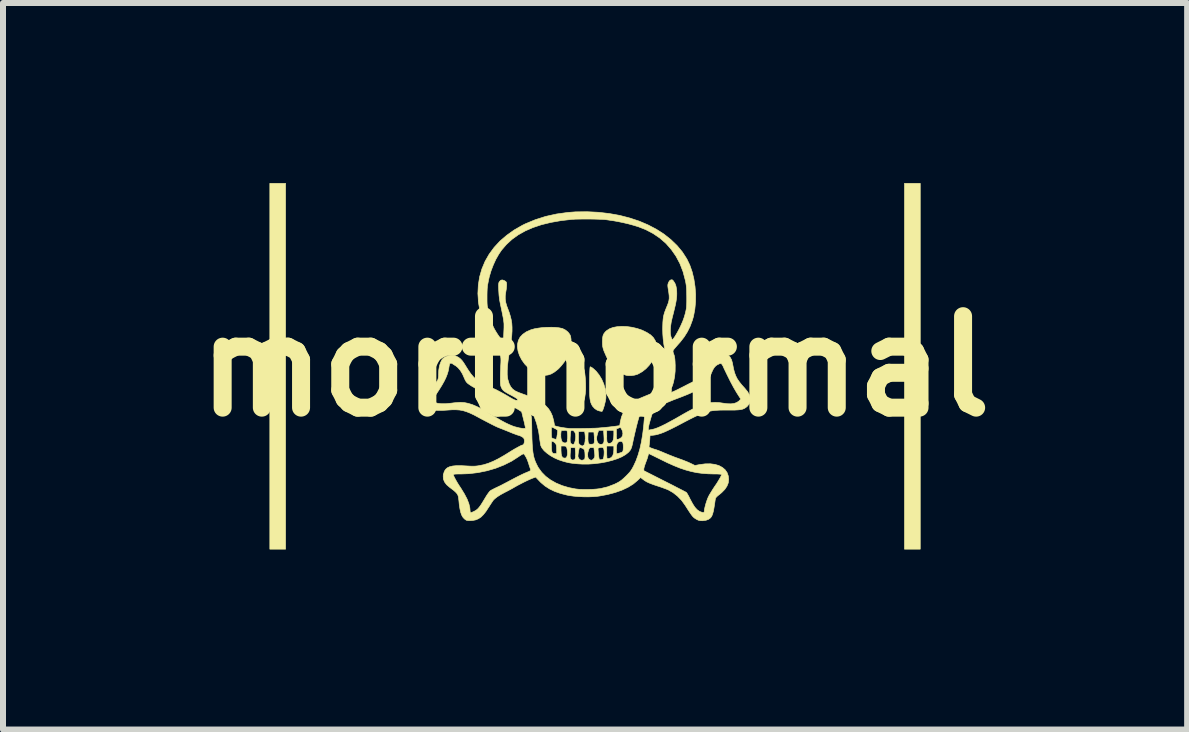
<source format=kicad_pcb>
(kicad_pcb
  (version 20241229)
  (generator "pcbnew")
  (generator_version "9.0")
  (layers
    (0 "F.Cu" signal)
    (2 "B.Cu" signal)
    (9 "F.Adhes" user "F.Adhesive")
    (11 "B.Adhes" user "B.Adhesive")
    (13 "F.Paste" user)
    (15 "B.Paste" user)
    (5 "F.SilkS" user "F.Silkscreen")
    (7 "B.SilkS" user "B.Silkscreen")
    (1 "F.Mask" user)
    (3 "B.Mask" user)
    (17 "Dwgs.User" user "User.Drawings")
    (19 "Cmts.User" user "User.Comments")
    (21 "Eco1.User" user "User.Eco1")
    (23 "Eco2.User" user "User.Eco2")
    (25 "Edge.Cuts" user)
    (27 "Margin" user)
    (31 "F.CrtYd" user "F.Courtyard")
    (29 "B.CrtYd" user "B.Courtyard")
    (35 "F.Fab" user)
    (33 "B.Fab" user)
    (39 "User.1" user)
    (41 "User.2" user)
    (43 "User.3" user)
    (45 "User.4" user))
  (footprint "mortnormal"
    (layer "F.Cu")
    (at 6.865 3.053)
    (property "Reference" "mortnormal" (at 0 0 0) (layer "F.SilkS") (effects (font (size 1.524 1.524) (thickness 0.3))))
    (attr through_hole)
    (fp_poly (pts (xy -5.156 3.048) (xy -5.419 3.048) (xy -5.419 -3.048) (xy -5.156 -3.048) (xy -5.156 3.048)) (stroke (width 0.01) (type solid)) (fill yes) (layer "F.SilkS"))
    (fp_poly (pts (xy 5.419 3.048) (xy 5.156 3.048) (xy 5.156 -3.048) (xy 5.419 -3.048) (xy 5.419 3.048)) (stroke (width 0.01) (type solid)) (fill yes) (layer "F.SilkS"))
    (fp_poly (pts (xy -0.196 0.02) (xy -0.187 0.039) (xy -0.179 0.071) (xy -0.171 0.115) (xy -0.165 0.167) (xy -0.16 0.224) (xy -0.157 0.282) (xy -0.156 0.34) (xy -0.156 0.394) (xy -0.16 0.44) (xy -0.16 0.444) (xy -0.173 0.531) (xy -0.193 0.602) (xy -0.218 0.659) (xy -0.25 0.702) (xy -0.289 0.732) (xy -0.335 0.748) (xy -0.345 0.75) (xy -0.365 0.752) (xy -0.378 0.75) (xy -0.389 0.739) (xy -0.404 0.718) (xy -0.406 0.714) (xy -0.432 0.668) (xy -0.447 0.62) (xy -0.455 0.567) (xy -0.455 0.504) (xy -0.455 0.496) (xy -0.442 0.399) (xy -0.415 0.302) (xy -0.375 0.209) (xy -0.323 0.124) (xy -0.278 0.067) (xy -0.245 0.035) (xy -0.22 0.018) (xy -0.202 0.015) (xy -0.196 0.02)) (stroke (width 0.01) (type solid)) (fill yes) (layer "F.SilkS"))
    (fp_poly (pts (xy -0.068 0.013) (xy -0.048 0.025) (xy -0.037 0.032) (xy 0.018 0.082) (xy 0.068 0.145) (xy 0.111 0.216) (xy 0.145 0.294) (xy 0.169 0.374) (xy 0.182 0.454) (xy 0.181 0.529) (xy 0.179 0.543) (xy 0.173 0.58) (xy 0.163 0.62) (xy 0.153 0.66) (xy 0.141 0.697) (xy 0.131 0.726) (xy 0.121 0.746) (xy 0.115 0.753) (xy 0.101 0.75) (xy 0.079 0.746) (xy 0.074 0.745) (xy 0.034 0.731) (xy -0.006 0.704) (xy -0.038 0.669) (xy -0.047 0.656) (xy -0.06 0.631) (xy -0.071 0.604) (xy -0.079 0.574) (xy -0.085 0.537) (xy -0.089 0.493) (xy -0.091 0.438) (xy -0.092 0.372) (xy -0.092 0.291) (xy -0.092 0.252) (xy -0.091 0.173) (xy -0.089 0.11) (xy -0.087 0.063) (xy -0.085 0.031) (xy -0.082 0.013) (xy -0.08 0.008) (xy -0.068 0.013)) (stroke (width 0.01) (type solid)) (fill yes) (layer "F.SilkS"))
    (fp_poly (pts (xy 0.529 -0.662) (xy 0.614 -0.65) (xy 0.7 -0.63) (xy 0.783 -0.602) (xy 0.788 -0.6) (xy 0.865 -0.562) (xy 0.928 -0.521) (xy 0.974 -0.475) (xy 1.004 -0.425) (xy 1.008 -0.417) (xy 1.022 -0.355) (xy 1.022 -0.289) (xy 1.009 -0.219) (xy 0.984 -0.15) (xy 0.949 -0.082) (xy 0.904 -0.019) (xy 0.85 0.039) (xy 0.789 0.088) (xy 0.723 0.126) (xy 0.706 0.134) (xy 0.658 0.148) (xy 0.604 0.156) (xy 0.553 0.156) (xy 0.516 0.15) (xy 0.464 0.131) (xy 0.416 0.106) (xy 0.37 0.07) (xy 0.326 0.029) (xy 0.253 -0.057) (xy 0.193 -0.153) (xy 0.149 -0.254) (xy 0.136 -0.293) (xy 0.128 -0.326) (xy 0.124 -0.36) (xy 0.123 -0.403) (xy 0.123 -0.411) (xy 0.125 -0.465) (xy 0.132 -0.507) (xy 0.147 -0.542) (xy 0.17 -0.572) (xy 0.195 -0.595) (xy 0.242 -0.625) (xy 0.301 -0.647) (xy 0.371 -0.66) (xy 0.447 -0.665) (xy 0.529 -0.662)) (stroke (width 0.01) (type solid)) (fill yes) (layer "F.SilkS"))
    (fp_poly (pts (xy -0.659 -0.648) (xy -0.599 -0.641) (xy -0.55 -0.631) (xy -0.538 -0.627) (xy -0.49 -0.602) (xy -0.45 -0.569) (xy -0.421 -0.531) (xy -0.408 -0.502) (xy -0.4 -0.452) (xy -0.399 -0.392) (xy -0.407 -0.325) (xy -0.423 -0.257) (xy -0.445 -0.192) (xy -0.45 -0.181) (xy -0.478 -0.126) (xy -0.516 -0.067) (xy -0.56 -0.011) (xy -0.604 0.037) (xy -0.621 0.053) (xy -0.678 0.097) (xy -0.731 0.128) (xy -0.782 0.145) (xy -0.834 0.152) (xy -0.842 0.152) (xy -0.876 0.15) (xy -0.906 0.148) (xy -0.924 0.144) (xy -0.966 0.127) (xy -1.014 0.1) (xy -1.062 0.067) (xy -1.107 0.03) (xy -1.109 0.028) (xy -1.171 -0.037) (xy -1.221 -0.107) (xy -1.259 -0.18) (xy -1.283 -0.253) (xy -1.294 -0.324) (xy -1.292 -0.366) (xy -1.278 -0.429) (xy -1.249 -0.485) (xy -1.204 -0.533) (xy -1.145 -0.574) (xy -1.07 -0.607) (xy -1.061 -0.61) (xy -1.007 -0.625) (xy -0.943 -0.636) (xy -0.873 -0.645) (xy -0.799 -0.649) (xy -0.727 -0.65) (xy -0.659 -0.648)) (stroke (width 0.01) (type solid)) (fill yes) (layer "F.SilkS"))
    (fp_poly (pts (xy 0.055 -2.566) (xy 0.236 -2.545) (xy 0.41 -2.514) (xy 0.576 -2.471) (xy 0.734 -2.419) (xy 0.882 -2.356) (xy 1.02 -2.284) (xy 1.147 -2.203) (xy 1.262 -2.112) (xy 1.365 -2.013) (xy 1.454 -1.906) (xy 1.528 -1.791) (xy 1.531 -1.786) (xy 1.579 -1.686) (xy 1.618 -1.574) (xy 1.647 -1.454) (xy 1.666 -1.329) (xy 1.676 -1.201) (xy 1.675 -1.074) (xy 1.663 -0.95) (xy 1.641 -0.833) (xy 1.622 -0.767) (xy 1.584 -0.665) (xy 1.539 -0.574) (xy 1.485 -0.488) (xy 1.419 -0.403) (xy 1.384 -0.364) (xy 1.356 -0.332) (xy 1.331 -0.303) (xy 1.312 -0.28) (xy 1.303 -0.266) (xy 1.302 -0.265) (xy 1.299 -0.25) (xy 1.302 -0.229) (xy 1.313 -0.198) (xy 1.313 -0.198) (xy 1.321 -0.175) (xy 1.326 -0.15) (xy 1.33 -0.121) (xy 1.333 -0.083) (xy 1.335 -0.032) (xy 1.336 -0.02) (xy 1.335 0.081) (xy 1.326 0.173) (xy 1.308 0.261) (xy 1.29 0.324) (xy 1.271 0.361) (xy 1.237 0.399) (xy 1.19 0.437) (xy 1.134 0.473) (xy 1.07 0.506) (xy 1.014 0.528) (xy 0.982 0.542) (xy 0.963 0.554) (xy 0.958 0.561) (xy 0.962 0.572) (xy 0.978 0.575) (xy 1.004 0.571) (xy 1.038 0.56) (xy 1.078 0.543) (xy 1.12 0.521) (xy 1.164 0.495) (xy 1.174 0.489) (xy 1.209 0.467) (xy 1.246 0.447) (xy 1.277 0.433) (xy 1.279 0.432) (xy 1.304 0.422) (xy 1.339 0.406) (xy 1.381 0.386) (xy 1.426 0.363) (xy 1.444 0.354) (xy 1.493 0.329) (xy 1.543 0.303) (xy 1.591 0.279) (xy 1.63 0.26) (xy 1.638 0.256) (xy 1.673 0.238) (xy 1.702 0.222) (xy 1.723 0.21) (xy 1.73 0.205) (xy 1.739 0.192) (xy 1.754 0.168) (xy 1.772 0.134) (xy 1.791 0.095) (xy 1.796 0.085) (xy 1.819 0.04) (xy 1.837 0.006) (xy 1.854 -0.021) (xy 1.874 -0.045) (xy 1.899 -0.071) (xy 1.916 -0.088) (xy 1.967 -0.134) (xy 2.014 -0.167) (xy 2.059 -0.188) (xy 2.107 -0.199) (xy 2.134 -0.201) (xy 2.166 -0.202) (xy 2.189 -0.199) (xy 2.208 -0.191) (xy 2.218 -0.185) (xy 2.25 -0.153) (xy 2.275 -0.107) (xy 2.292 -0.045) (xy 2.294 -0.031) (xy 2.308 0.042) (xy 2.324 0.104) (xy 2.344 0.158) (xy 2.369 0.208) (xy 2.403 0.258) (xy 2.446 0.312) (xy 2.495 0.366) (xy 2.543 0.425) (xy 2.574 0.48) (xy 2.589 0.532) (xy 2.588 0.581) (xy 2.57 0.626) (xy 2.536 0.668) (xy 2.533 0.671) (xy 2.51 0.689) (xy 2.486 0.704) (xy 2.458 0.715) (xy 2.424 0.723) (xy 2.382 0.727) (xy 2.329 0.73) (xy 2.262 0.73) (xy 2.227 0.73) (xy 2.147 0.73) (xy 2.076 0.731) (xy 2.013 0.735) (xy 1.955 0.741) (xy 1.899 0.751) (xy 1.845 0.766) (xy 1.788 0.785) (xy 1.728 0.81) (xy 1.661 0.841) (xy 1.585 0.879) (xy 1.498 0.924) (xy 1.449 0.95) (xy 1.356 0.999) (xy 1.275 1.04) (xy 1.206 1.073) (xy 1.146 1.1) (xy 1.093 1.12) (xy 1.047 1.134) (xy 1.005 1.144) (xy 0.968 1.149) (xy 0.916 1.154) (xy 0.912 1.227) (xy 0.909 1.263) (xy 0.905 1.296) (xy 0.902 1.319) (xy 0.901 1.323) (xy 0.899 1.338) (xy 0.906 1.349) (xy 0.924 1.358) (xy 0.928 1.36) (xy 0.955 1.37) (xy 0.989 1.382) (xy 1.012 1.388) (xy 1.039 1.398) (xy 1.077 1.412) (xy 1.121 1.43) (xy 1.165 1.449) (xy 1.169 1.45) (xy 1.218 1.471) (xy 1.276 1.494) (xy 1.337 1.518) (xy 1.394 1.538) (xy 1.401 1.541) (xy 1.451 1.559) (xy 1.502 1.579) (xy 1.549 1.598) (xy 1.586 1.615) (xy 1.595 1.619) (xy 1.664 1.653) (xy 1.744 1.638) (xy 1.836 1.626) (xy 1.921 1.625) (xy 1.997 1.635) (xy 2.065 1.655) (xy 2.122 1.686) (xy 2.168 1.725) (xy 2.201 1.773) (xy 2.221 1.83) (xy 2.227 1.885) (xy 2.22 1.943) (xy 2.198 1.998) (xy 2.162 2.052) (xy 2.11 2.105) (xy 2.078 2.132) (xy 2.046 2.157) (xy 2.025 2.176) (xy 2.013 2.191) (xy 2.006 2.205) (xy 2.003 2.222) (xy 2.003 2.222) (xy 1.992 2.298) (xy 1.982 2.36) (xy 1.973 2.41) (xy 1.963 2.448) (xy 1.953 2.478) (xy 1.942 2.502) (xy 1.928 2.521) (xy 1.924 2.526) (xy 1.892 2.55) (xy 1.849 2.566) (xy 1.798 2.573) (xy 1.786 2.574) (xy 1.751 2.572) (xy 1.723 2.566) (xy 1.695 2.553) (xy 1.689 2.549) (xy 1.67 2.538) (xy 1.654 2.527) (xy 1.639 2.514) (xy 1.623 2.497) (xy 1.606 2.475) (xy 1.585 2.445) (xy 1.559 2.406) (xy 1.527 2.356) (xy 1.5 2.314) (xy 1.442 2.234) (xy 1.374 2.164) (xy 1.299 2.105) (xy 1.226 2.063) (xy 1.194 2.049) (xy 1.151 2.033) (xy 1.102 2.015) (xy 1.054 1.999) (xy 1.05 1.998) (xy 0.975 1.973) (xy 0.914 1.95) (xy 0.865 1.928) (xy 0.825 1.904) (xy 0.797 1.883) (xy 0.759 1.853) (xy 0.712 1.899) (xy 0.638 1.961) (xy 0.55 2.016) (xy 0.448 2.064) (xy 0.334 2.104) (xy 0.209 2.137) (xy 0.074 2.162) (xy 0.031 2.168) (xy -0.035 2.173) (xy -0.112 2.176) (xy -0.195 2.175) (xy -0.278 2.171) (xy -0.358 2.164) (xy -0.429 2.154) (xy -0.466 2.147) (xy -0.576 2.119) (xy -0.673 2.085) (xy -0.758 2.044) (xy -0.834 1.995) (xy -0.903 1.937) (xy -0.93 1.909) (xy -0.99 1.846) (xy -1.043 1.866) (xy -1.082 1.882) (xy -1.13 1.904) (xy -1.184 1.93) (xy -1.24 1.959) (xy -1.294 1.987) (xy -1.34 2.013) (xy -1.35 2.019) (xy -1.383 2.038) (xy -1.426 2.061) (xy -1.471 2.085) (xy -1.499 2.099) (xy -1.571 2.138) (xy -1.628 2.174) (xy -1.67 2.207) (xy -1.693 2.229) (xy -1.705 2.246) (xy -1.724 2.274) (xy -1.747 2.309) (xy -1.771 2.347) (xy -1.774 2.351) (xy -1.818 2.419) (xy -1.86 2.472) (xy -1.9 2.512) (xy -1.942 2.54) (xy -1.986 2.559) (xy -2.036 2.569) (xy -2.066 2.571) (xy -2.104 2.572) (xy -2.133 2.569) (xy -2.146 2.565) (xy -2.177 2.543) (xy -2.202 2.515) (xy -2.222 2.48) (xy -2.238 2.435) (xy -2.251 2.378) (xy -2.262 2.308) (xy -2.268 2.245) (xy -2.273 2.204) (xy -2.278 2.171) (xy -2.287 2.144) (xy -2.302 2.12) (xy -2.323 2.097) (xy -2.353 2.07) (xy -2.394 2.039) (xy -2.424 2.016) (xy -2.474 1.973) (xy -2.508 1.927) (xy -2.527 1.879) (xy -2.53 1.827) (xy -2.526 1.806) (xy -2.362 1.806) (xy -2.357 1.822) (xy -2.344 1.85) (xy -2.324 1.888) (xy -2.298 1.934) (xy -2.267 1.984) (xy -2.235 2.032) (xy -2.177 2.127) (xy -2.132 2.213) (xy -2.102 2.291) (xy -2.086 2.359) (xy -2.083 2.397) (xy -2.081 2.422) (xy -2.075 2.435) (xy -2.061 2.437) (xy -2.038 2.428) (xy -2.016 2.418) (xy -1.991 2.404) (xy -1.969 2.389) (xy -1.948 2.37) (xy -1.928 2.346) (xy -1.905 2.315) (xy -1.878 2.273) (xy -1.846 2.22) (xy -1.828 2.19) (xy -1.805 2.152) (xy -1.782 2.119) (xy -1.762 2.092) (xy -1.748 2.077) (xy -1.73 2.065) (xy -1.7 2.049) (xy -1.665 2.031) (xy -1.643 2.021) (xy -1.61 2.005) (xy -1.566 1.984) (xy -1.515 1.957) (xy -1.461 1.929) (xy -1.407 1.9) (xy -1.401 1.897) (xy -1.348 1.869) (xy -1.294 1.841) (xy -1.244 1.816) (xy -1.2 1.795) (xy -1.168 1.78) (xy -1.164 1.779) (xy -1.124 1.762) (xy -1.097 1.751) (xy -1.081 1.741) (xy -1.074 1.731) (xy -1.075 1.719) (xy -1.08 1.703) (xy -1.084 1.691) (xy -1.096 1.656) (xy -1.108 1.616) (xy -1.114 1.599) (xy -1.126 1.565) (xy -1.142 1.529) (xy -1.159 1.498) (xy -1.175 1.473) (xy -1.189 1.46) (xy -1.19 1.459) (xy -1.202 1.462) (xy -1.225 1.474) (xy -1.255 1.493) (xy -1.275 1.507) (xy -1.39 1.581) (xy -1.518 1.645) (xy -1.655 1.699) (xy -1.799 1.741) (xy -1.95 1.772) (xy -2.103 1.79) (xy -2.235 1.795) (xy -2.287 1.795) (xy -2.324 1.796) (xy -2.347 1.799) (xy -2.359 1.802) (xy -2.362 1.806) (xy -2.526 1.806) (xy -2.524 1.793) (xy -2.511 1.751) (xy -2.49 1.718) (xy -2.461 1.692) (xy -2.422 1.674) (xy -2.372 1.662) (xy -2.309 1.656) (xy -2.233 1.656) (xy -2.159 1.66) (xy -2.101 1.663) (xy -2.056 1.665) (xy -2.019 1.665) (xy -1.985 1.663) (xy -1.949 1.659) (xy -1.934 1.656) (xy -1.857 1.641) (xy -1.779 1.617) (xy -1.698 1.584) (xy -1.611 1.541) (xy -1.517 1.487) (xy -1.452 1.447) (xy -1.396 1.412) (xy -1.343 1.38) (xy -1.296 1.354) (xy -1.257 1.333) (xy -1.227 1.318) (xy -1.208 1.312) (xy -1.206 1.312) (xy -1.193 1.305) (xy -1.183 1.285) (xy -1.177 1.259) (xy -1.177 1.231) (xy -1.184 1.205) (xy -1.186 1.202) (xy -1.201 1.186) (xy -1.227 1.169) (xy -1.259 1.155) (xy -1.284 1.148) (xy -1.301 1.143) (xy -1.33 1.132) (xy -1.368 1.118) (xy -1.41 1.101) (xy -1.424 1.095) (xy -1.468 1.077) (xy -1.511 1.06) (xy -1.548 1.045) (xy -1.575 1.035) (xy -1.579 1.033) (xy -1.615 1.019) (xy -1.665 0.996) (xy -1.727 0.965) (xy -1.802 0.926) (xy -1.888 0.881) (xy -1.938 0.854) (xy -2.016 0.812) (xy -2.084 0.78) (xy -2.145 0.756) (xy -2.201 0.739) (xy -2.257 0.729) (xy -2.316 0.725) (xy -2.38 0.725) (xy -2.441 0.729) (xy -2.532 0.735) (xy -2.609 0.736) (xy -2.673 0.733) (xy -2.725 0.725) (xy -2.768 0.711) (xy -2.803 0.692) (xy -2.832 0.667) (xy -2.84 0.659) (xy -2.866 0.617) (xy -2.876 0.573) (xy -2.709 0.573) (xy -2.702 0.583) (xy -2.684 0.596) (xy -2.67 0.603) (xy -2.622 0.617) (xy -2.562 0.624) (xy -2.49 0.624) (xy -2.408 0.616) (xy -2.396 0.615) (xy -2.35 0.609) (xy -2.303 0.605) (xy -2.261 0.602) (xy -2.239 0.601) (xy -2.178 0.605) (xy -2.114 0.618) (xy -2.045 0.639) (xy -1.97 0.671) (xy -1.887 0.712) (xy -1.795 0.765) (xy -1.733 0.803) (xy -1.643 0.858) (xy -1.564 0.904) (xy -1.495 0.941) (xy -1.432 0.971) (xy -1.374 0.995) (xy -1.374 0.995) (xy -1.34 1.007) (xy -1.301 1.017) (xy -1.261 1.027) (xy -1.224 1.033) (xy -1.195 1.037) (xy -1.178 1.036) (xy -1.163 1.033) (xy -1.16 1.033) (xy -1.16 1.025) (xy -1.164 1.004) (xy -1.171 0.971) (xy -1.18 0.93) (xy -1.189 0.895) (xy -1.223 0.758) (xy -1.266 0.729) (xy -1.286 0.717) (xy -1.319 0.699) (xy -1.349 0.684) (xy -1.096 0.684) (xy -1.091 0.711) (xy -1.081 0.755) (xy -1.081 0.756) (xy -1.074 0.784) (xy -1.068 0.808) (xy -1.064 0.831) (xy -1.06 0.856) (xy -1.058 0.885) (xy -1.056 0.92) (xy -1.055 0.965) (xy -1.054 1.021) (xy -1.053 1.091) (xy -1.053 1.105) (xy -1.051 1.206) (xy -1.047 1.293) (xy -1.042 1.367) (xy -1.035 1.431) (xy -1.026 1.487) (xy -1.013 1.537) (xy -0.997 1.583) (xy -0.977 1.627) (xy -0.954 1.673) (xy -0.942 1.693) (xy -0.889 1.766) (xy -0.822 1.834) (xy -0.742 1.894) (xy -0.65 1.946) (xy -0.547 1.989) (xy -0.436 2.022) (xy -0.318 2.045) (xy -0.313 2.045) (xy -0.258 2.051) (xy -0.191 2.053) (xy -0.119 2.053) (xy -0.045 2.051) (xy 0.023 2.046) (xy 0.082 2.039) (xy 0.094 2.037) (xy 0.21 2.009) (xy 0.323 1.966) (xy 0.368 1.944) (xy 0.406 1.923) (xy 0.441 1.898) (xy 0.478 1.866) (xy 0.517 1.829) (xy 0.553 1.792) (xy 0.581 1.761) (xy 0.603 1.731) (xy 0.615 1.712) (xy 0.813 1.712) (xy 0.813 1.74) (xy 1.162 1.917) (xy 1.234 1.953) (xy 1.301 1.987) (xy 1.362 2.019) (xy 1.415 2.046) (xy 1.46 2.069) (xy 1.494 2.087) (xy 1.515 2.098) (xy 1.523 2.103) (xy 1.531 2.114) (xy 1.544 2.136) (xy 1.562 2.168) (xy 1.581 2.207) (xy 1.587 2.218) (xy 1.626 2.291) (xy 1.663 2.348) (xy 1.7 2.389) (xy 1.737 2.416) (xy 1.755 2.424) (xy 1.787 2.435) (xy 1.807 2.437) (xy 1.817 2.432) (xy 1.82 2.418) (xy 1.82 2.414) (xy 1.823 2.385) (xy 1.832 2.345) (xy 1.844 2.298) (xy 1.859 2.251) (xy 1.875 2.206) (xy 1.891 2.17) (xy 1.891 2.17) (xy 1.907 2.14) (xy 1.931 2.101) (xy 1.958 2.057) (xy 1.986 2.014) (xy 1.992 2.005) (xy 2.029 1.951) (xy 2.059 1.902) (xy 2.083 1.861) (xy 2.1 1.829) (xy 2.108 1.808) (xy 2.108 1.804) (xy 2.1 1.8) (xy 2.076 1.797) (xy 2.036 1.795) (xy 1.988 1.795) (xy 1.885 1.792) (xy 1.789 1.785) (xy 1.696 1.773) (xy 1.605 1.754) (xy 1.513 1.729) (xy 1.417 1.697) (xy 1.315 1.656) (xy 1.205 1.607) (xy 1.085 1.548) (xy 1.059 1.535) (xy 1.012 1.512) (xy 0.97 1.491) (xy 0.935 1.474) (xy 0.91 1.462) (xy 0.898 1.457) (xy 0.897 1.456) (xy 0.891 1.464) (xy 0.885 1.482) (xy 0.884 1.488) (xy 0.878 1.51) (xy 0.868 1.542) (xy 0.854 1.579) (xy 0.846 1.601) (xy 0.832 1.639) (xy 0.821 1.674) (xy 0.814 1.701) (xy 0.813 1.712) (xy 0.615 1.712) (xy 0.623 1.698) (xy 0.643 1.661) (xy 0.683 1.574) (xy 0.717 1.48) (xy 0.747 1.377) (xy 0.772 1.263) (xy 0.793 1.136) (xy 0.802 1.065) (xy 0.887 1.065) (xy 0.928 1.057) (xy 0.96 1.051) (xy 0.991 1.043) (xy 0.999 1.04) (xy 1.047 1.023) (xy 1.103 0.998) (xy 1.171 0.965) (xy 1.249 0.923) (xy 1.34 0.873) (xy 1.443 0.814) (xy 1.454 0.807) (xy 1.556 0.75) (xy 1.647 0.702) (xy 1.728 0.665) (xy 1.803 0.636) (xy 1.872 0.617) (xy 1.937 0.605) (xy 2.001 0.602) (xy 2.066 0.605) (xy 2.121 0.613) (xy 2.2 0.624) (xy 2.265 0.626) (xy 2.319 0.619) (xy 2.363 0.603) (xy 2.399 0.578) (xy 2.406 0.57) (xy 2.429 0.546) (xy 2.406 0.512) (xy 2.358 0.437) (xy 2.308 0.351) (xy 2.255 0.252) (xy 2.199 0.139) (xy 2.151 0.04) (xy 2.133 -0.001) (xy 2.118 -0.027) (xy 2.106 -0.042) (xy 2.093 -0.047) (xy 2.076 -0.043) (xy 2.053 -0.032) (xy 2.041 -0.027) (xy 2.013 -0.008) (xy 1.988 0.019) (xy 1.964 0.058) (xy 1.94 0.111) (xy 1.931 0.134) (xy 1.915 0.174) (xy 1.898 0.212) (xy 1.883 0.242) (xy 1.874 0.255) (xy 1.845 0.291) (xy 1.807 0.326) (xy 1.759 0.36) (xy 1.7 0.395) (xy 1.628 0.431) (xy 1.542 0.469) (xy 1.442 0.509) (xy 1.376 0.534) (xy 1.31 0.559) (xy 1.244 0.586) (xy 1.181 0.612) (xy 1.123 0.638) (xy 1.072 0.662) (xy 1.031 0.683) (xy 1.001 0.7) (xy 0.985 0.713) (xy 0.984 0.713) (xy 0.976 0.728) (xy 0.965 0.756) (xy 0.952 0.793) (xy 0.938 0.836) (xy 0.925 0.881) (xy 0.912 0.926) (xy 0.901 0.967) (xy 0.894 0.999) (xy 0.891 1.017) (xy 0.887 1.065) (xy 0.802 1.065) (xy 0.808 1.012) (xy 0.813 0.966) (xy 0.817 0.915) (xy 0.822 0.861) (xy 0.825 0.807) (xy 0.828 0.757) (xy 0.831 0.712) (xy 0.832 0.676) (xy 0.832 0.65) (xy 0.831 0.639) (xy 0.831 0.639) (xy 0.823 0.642) (xy 0.811 0.657) (xy 0.796 0.68) (xy 0.781 0.709) (xy 0.775 0.722) (xy 0.756 0.772) (xy 0.735 0.837) (xy 0.712 0.917) (xy 0.688 1.01) (xy 0.663 1.114) (xy 0.637 1.229) (xy 0.631 1.259) (xy 0.62 1.31) (xy 0.61 1.347) (xy 0.599 1.376) (xy 0.586 1.399) (xy 0.569 1.42) (xy 0.555 1.435) (xy 0.507 1.473) (xy 0.445 1.509) (xy 0.37 1.541) (xy 0.286 1.568) (xy 0.193 1.592) (xy 0.095 1.61) (xy -0.007 1.623) (xy -0.11 1.63) (xy -0.212 1.63) (xy -0.281 1.626) (xy -0.337 1.621) (xy -0.382 1.616) (xy -0.421 1.61) (xy -0.46 1.602) (xy -0.504 1.591) (xy -0.538 1.581) (xy -0.61 1.557) (xy -0.679 1.526) (xy -0.744 1.489) (xy -0.8 1.449) (xy -0.848 1.407) (xy -0.883 1.364) (xy -0.904 1.323) (xy -0.904 1.321) (xy -0.904 1.32) (xy -0.727 1.32) (xy -0.727 1.344) (xy -0.724 1.391) (xy -0.719 1.423) (xy -0.711 1.442) (xy -0.698 1.452) (xy -0.68 1.455) (xy -0.67 1.455) (xy -0.639 1.452) (xy -0.64 1.382) (xy -0.642 1.343) (xy -0.643 1.329) (xy -0.567 1.329) (xy -0.567 1.402) (xy -0.564 1.456) (xy -0.556 1.495) (xy -0.541 1.519) (xy -0.527 1.527) (xy -0.5 1.531) (xy -0.483 1.525) (xy -0.47 1.507) (xy -0.469 1.505) (xy -0.467 1.498) (xy -0.415 1.498) (xy -0.413 1.523) (xy -0.408 1.539) (xy -0.4 1.55) (xy -0.396 1.553) (xy -0.378 1.562) (xy -0.366 1.562) (xy -0.351 1.558) (xy -0.347 1.558) (xy -0.336 1.55) (xy -0.329 1.528) (xy -0.326 1.506) (xy -0.284 1.506) (xy -0.283 1.509) (xy -0.27 1.539) (xy -0.247 1.559) (xy -0.22 1.567) (xy -0.191 1.56) (xy -0.182 1.554) (xy -0.173 1.546) (xy -0.169 1.532) (xy -0.167 1.51) (xy -0.167 1.483) (xy -0.124 1.483) (xy -0.118 1.52) (xy -0.102 1.547) (xy -0.077 1.563) (xy -0.059 1.566) (xy -0.044 1.56) (xy -0.028 1.547) (xy -0.014 1.529) (xy -0.006 1.511) (xy -0.004 1.487) (xy -0.006 1.454) (xy -0.01 1.426) (xy -0.018 1.366) (xy 0.049 1.366) (xy 0.054 1.43) (xy 0.059 1.479) (xy 0.063 1.513) (xy 0.067 1.536) (xy 0.072 1.549) (xy 0.08 1.556) (xy 0.09 1.558) (xy 0.097 1.558) (xy 0.12 1.554) (xy 0.135 1.546) (xy 0.135 1.545) (xy 0.142 1.528) (xy 0.148 1.499) (xy 0.151 1.464) (xy 0.152 1.427) (xy 0.149 1.395) (xy 0.144 1.37) (xy 0.136 1.358) (xy 0.122 1.352) (xy 0.121 1.352) (xy 0.097 1.352) (xy 0.074 1.357) (xy 0.049 1.366) (xy -0.018 1.366) (xy -0.019 1.355) (xy -0.055 1.355) (xy -0.079 1.356) (xy -0.092 1.363) (xy -0.101 1.379) (xy -0.105 1.388) (xy -0.12 1.439) (xy -0.124 1.483) (xy -0.167 1.483) (xy -0.167 1.48) (xy -0.169 1.436) (xy -0.174 1.405) (xy -0.184 1.385) (xy -0.199 1.372) (xy -0.219 1.363) (xy -0.241 1.357) (xy -0.256 1.356) (xy -0.258 1.356) (xy -0.264 1.369) (xy -0.27 1.393) (xy -0.276 1.424) (xy -0.281 1.457) (xy -0.284 1.486) (xy -0.284 1.506) (xy -0.326 1.506) (xy -0.325 1.493) (xy -0.325 1.449) (xy -0.326 1.431) (xy -0.332 1.355) (xy -0.404 1.355) (xy -0.409 1.412) (xy -0.414 1.462) (xy -0.415 1.498) (xy -0.467 1.498) (xy -0.461 1.478) (xy -0.459 1.441) (xy -0.462 1.401) (xy -0.469 1.364) (xy -0.473 1.353) (xy -0.48 1.339) (xy -0.491 1.332) (xy -0.511 1.329) (xy -0.525 1.329) (xy 0.195 1.329) (xy 0.195 1.429) (xy 0.195 1.469) (xy 0.197 1.502) (xy 0.198 1.526) (xy 0.201 1.536) (xy 0.214 1.539) (xy 0.235 1.535) (xy 0.258 1.527) (xy 0.274 1.517) (xy 0.296 1.487) (xy 0.309 1.444) (xy 0.312 1.406) (xy 0.356 1.406) (xy 0.357 1.433) (xy 0.361 1.451) (xy 0.365 1.456) (xy 0.379 1.454) (xy 0.402 1.448) (xy 0.42 1.442) (xy 0.445 1.434) (xy 0.459 1.425) (xy 0.465 1.412) (xy 0.469 1.388) (xy 0.469 1.387) (xy 0.471 1.352) (xy 0.47 1.315) (xy 0.469 1.303) (xy 0.464 1.276) (xy 0.456 1.261) (xy 0.443 1.253) (xy 0.415 1.25) (xy 0.389 1.262) (xy 0.369 1.287) (xy 0.368 1.291) (xy 0.362 1.312) (xy 0.358 1.341) (xy 0.356 1.374) (xy 0.356 1.406) (xy 0.312 1.406) (xy 0.313 1.389) (xy 0.313 1.329) (xy 0.195 1.329) (xy -0.525 1.329) (xy -0.567 1.329) (xy -0.643 1.329) (xy -0.645 1.317) (xy -0.652 1.298) (xy -0.658 1.288) (xy -0.677 1.269) (xy -0.697 1.255) (xy -0.715 1.25) (xy -0.723 1.253) (xy -0.725 1.264) (xy -0.727 1.288) (xy -0.727 1.32) (xy -0.904 1.32) (xy -0.909 1.3) (xy -0.914 1.267) (xy -0.92 1.228) (xy -0.923 1.201) (xy -0.941 1.078) (xy -0.728 1.078) (xy -0.728 1.112) (xy -0.727 1.145) (xy -0.725 1.172) (xy -0.723 1.188) (xy -0.722 1.191) (xy -0.71 1.199) (xy -0.689 1.208) (xy -0.666 1.214) (xy -0.649 1.216) (xy -0.648 1.216) (xy -0.643 1.207) (xy -0.637 1.185) (xy -0.632 1.155) (xy -0.632 1.154) (xy -0.571 1.154) (xy -0.568 1.196) (xy -0.56 1.232) (xy -0.548 1.257) (xy -0.542 1.263) (xy -0.517 1.276) (xy -0.492 1.278) (xy -0.472 1.268) (xy -0.465 1.257) (xy -0.461 1.235) (xy -0.46 1.225) (xy -0.415 1.225) (xy -0.413 1.256) (xy -0.407 1.277) (xy -0.398 1.29) (xy -0.396 1.291) (xy -0.373 1.302) (xy -0.357 1.3) (xy -0.35 1.293) (xy -0.339 1.271) (xy -0.33 1.238) (xy -0.324 1.2) (xy -0.322 1.169) (xy -0.327 1.125) (xy -0.341 1.092) (xy -0.345 1.088) (xy -0.275 1.088) (xy -0.275 1.188) (xy -0.275 1.231) (xy -0.274 1.26) (xy -0.272 1.279) (xy -0.268 1.291) (xy -0.261 1.301) (xy -0.251 1.309) (xy -0.225 1.326) (xy -0.203 1.327) (xy -0.184 1.311) (xy -0.18 1.306) (xy -0.172 1.284) (xy -0.166 1.25) (xy -0.164 1.217) (xy -0.118 1.217) (xy -0.115 1.256) (xy -0.109 1.281) (xy -0.098 1.295) (xy -0.09 1.298) (xy -0.067 1.3) (xy -0.055 1.299) (xy -0.036 1.296) (xy -0.028 1.296) (xy -0.018 1.287) (xy -0.012 1.263) (xy -0.011 1.223) (xy -0.011 1.209) (xy 0.026 1.209) (xy 0.033 1.245) (xy 0.037 1.257) (xy 0.055 1.286) (xy 0.08 1.3) (xy 0.106 1.302) (xy 0.129 1.294) (xy 0.142 1.276) (xy 0.148 1.259) (xy 0.15 1.235) (xy 0.15 1.201) (xy 0.148 1.159) (xy 0.142 1.067) (xy 0.195 1.067) (xy 0.195 1.164) (xy 0.195 1.208) (xy 0.197 1.239) (xy 0.2 1.259) (xy 0.206 1.271) (xy 0.208 1.274) (xy 0.226 1.285) (xy 0.247 1.284) (xy 0.265 1.278) (xy 0.288 1.26) (xy 0.303 1.229) (xy 0.311 1.184) (xy 0.313 1.138) (xy 0.313 1.067) (xy 0.195 1.067) (xy 0.142 1.067) (xy 0.061 1.067) (xy 0.043 1.119) (xy 0.03 1.169) (xy 0.026 1.209) (xy -0.011 1.209) (xy -0.013 1.173) (xy -0.019 1.096) (xy -0.067 1.096) (xy -0.115 1.096) (xy -0.117 1.163) (xy -0.118 1.217) (xy -0.164 1.217) (xy -0.163 1.209) (xy -0.164 1.165) (xy -0.168 1.124) (xy -0.168 1.122) (xy -0.174 1.088) (xy -0.275 1.088) (xy -0.345 1.088) (xy -0.363 1.072) (xy -0.386 1.067) (xy -0.396 1.069) (xy -0.402 1.076) (xy -0.406 1.094) (xy -0.409 1.124) (xy -0.414 1.182) (xy -0.415 1.225) (xy -0.46 1.225) (xy -0.458 1.202) (xy -0.457 1.164) (xy -0.459 1.127) (xy -0.462 1.096) (xy -0.463 1.093) (xy -0.466 1.078) (xy -0.473 1.07) (xy -0.487 1.068) (xy -0.513 1.068) (xy -0.515 1.069) (xy -0.563 1.071) (xy -0.569 1.111) (xy -0.571 1.154) (xy -0.632 1.154) (xy -0.63 1.142) (xy -0.626 1.109) (xy -0.624 1.083) (xy -0.624 1.067) (xy -0.624 1.065) (xy -0.633 1.058) (xy -0.651 1.046) (xy -0.656 1.044) (xy 0.356 1.044) (xy 0.356 1.132) (xy 0.356 1.173) (xy 0.358 1.2) (xy 0.363 1.215) (xy 0.374 1.219) (xy 0.39 1.215) (xy 0.41 1.207) (xy 0.441 1.186) (xy 0.459 1.156) (xy 0.464 1.119) (xy 0.457 1.079) (xy 0.445 1.053) (xy 0.423 1.017) (xy 0.39 1.031) (xy 0.356 1.044) (xy -0.656 1.044) (xy -0.675 1.034) (xy -0.698 1.023) (xy -0.716 1.015) (xy -0.724 1.014) (xy -0.726 1.025) (xy -0.727 1.048) (xy -0.728 1.078) (xy -0.941 1.078) (xy -0.942 1.076) (xy -0.974 0.949) (xy -1.021 0.819) (xy -1.059 0.732) (xy -1.076 0.696) (xy -1.089 0.676) (xy -1.095 0.672) (xy -1.096 0.684) (xy -1.349 0.684) (xy -1.364 0.676) (xy -1.417 0.648) (xy -1.478 0.618) (xy -1.543 0.586) (xy -1.611 0.553) (xy -1.679 0.52) (xy -1.74 0.491) (xy -1.842 0.443) (xy -1.929 0.399) (xy -2.001 0.362) (xy -2.058 0.329) (xy -2.1 0.301) (xy -2.122 0.285) (xy -2.146 0.26) (xy -2.165 0.227) (xy -2.18 0.193) (xy -2.21 0.126) (xy -2.245 0.069) (xy -2.284 0.023) (xy -2.323 -0.009) (xy -2.326 -0.01) (xy -2.35 -0.025) (xy -2.369 -0.037) (xy -2.375 -0.043) (xy -2.387 -0.049) (xy -2.401 -0.051) (xy -2.411 -0.05) (xy -2.418 -0.047) (xy -2.423 -0.037) (xy -2.428 -0.018) (xy -2.434 0.012) (xy -2.438 0.04) (xy -2.449 0.09) (xy -2.465 0.14) (xy -2.486 0.193) (xy -2.514 0.25) (xy -2.55 0.314) (xy -2.595 0.387) (xy -2.633 0.445) (xy -2.659 0.484) (xy -2.681 0.52) (xy -2.697 0.548) (xy -2.707 0.567) (xy -2.709 0.573) (xy -2.876 0.573) (xy -2.876 0.571) (xy -2.87 0.523) (xy -2.849 0.474) (xy -2.812 0.423) (xy -2.763 0.375) (xy -2.713 0.333) (xy -2.675 0.298) (xy -2.648 0.269) (xy -2.629 0.243) (xy -2.617 0.218) (xy -2.611 0.191) (xy -2.608 0.16) (xy -2.608 0.14) (xy -2.604 0.065) (xy -2.593 -0.003) (xy -2.575 -0.061) (xy -2.552 -0.107) (xy -2.537 -0.126) (xy -2.501 -0.154) (xy -2.453 -0.174) (xy -2.404 -0.184) (xy -2.37 -0.185) (xy -2.342 -0.18) (xy -2.31 -0.167) (xy -2.272 -0.147) (xy -2.24 -0.121) (xy -2.208 -0.086) (xy -2.176 -0.039) (xy -2.159 -0.011) (xy -2.112 0.064) (xy -2.069 0.126) (xy -2.026 0.177) (xy -1.982 0.22) (xy -1.932 0.257) (xy -1.876 0.29) (xy -1.809 0.322) (xy -1.75 0.346) (xy -1.652 0.389) (xy -1.553 0.441) (xy -1.505 0.468) (xy -1.45 0.5) (xy -1.409 0.525) (xy -1.377 0.543) (xy -1.354 0.555) (xy -1.336 0.562) (xy -1.323 0.566) (xy -1.312 0.567) (xy -1.308 0.567) (xy -1.289 0.564) (xy -1.287 0.556) (xy -1.299 0.541) (xy -1.327 0.522) (xy -1.369 0.498) (xy -1.389 0.487) (xy -1.441 0.46) (xy -1.479 0.438) (xy -1.507 0.42) (xy -1.528 0.403) (xy -1.542 0.387) (xy -1.554 0.368) (xy -1.559 0.358) (xy -1.567 0.339) (xy -1.573 0.318) (xy -1.576 0.293) (xy -1.578 0.259) (xy -1.578 0.217) (xy -1.578 0.167) (xy -1.577 0.108) (xy -1.574 0.047) (xy -1.572 -0.008) (xy -1.569 -0.06) (xy -1.568 -0.099) (xy -1.569 -0.129) (xy -1.572 -0.155) (xy -1.577 -0.179) (xy -1.579 -0.186) (xy -1.6 -0.247) (xy -1.634 -0.316) (xy -1.681 -0.392) (xy -1.712 -0.437) (xy -1.774 -0.533) (xy -1.825 -0.632) (xy -1.867 -0.738) (xy -1.902 -0.855) (xy -1.917 -0.916) (xy -1.943 -1.066) (xy -1.947 -1.138) (xy -1.8 -1.138) (xy -1.8 -1.089) (xy -1.799 -1.048) (xy -1.797 -1.017) (xy -1.796 -1.008) (xy -1.789 -0.971) (xy -1.782 -0.931) (xy -1.778 -0.91) (xy -1.765 -0.851) (xy -1.745 -0.784) (xy -1.72 -0.716) (xy -1.697 -0.661) (xy -1.677 -0.621) (xy -1.652 -0.578) (xy -1.625 -0.535) (xy -1.598 -0.496) (xy -1.573 -0.465) (xy -1.553 -0.444) (xy -1.549 -0.44) (xy -1.526 -0.423) (xy -1.52 -0.572) (xy -1.518 -0.614) (xy -1.517 -0.649) (xy -1.517 -0.679) (xy -1.517 -0.708) (xy -1.52 -0.737) (xy -1.524 -0.768) (xy -1.53 -0.806) (xy -1.539 -0.851) (xy -1.55 -0.906) (xy -1.564 -0.974) (xy -1.575 -1.024) (xy -1.591 -1.107) (xy -1.6 -1.185) (xy -1.605 -1.266) (xy -1.605 -1.266) (xy -1.607 -1.313) (xy -1.608 -1.348) (xy -1.606 -1.371) (xy -1.604 -1.388) (xy -1.599 -1.401) (xy -1.592 -1.412) (xy -1.572 -1.433) (xy -1.547 -1.439) (xy -1.516 -1.43) (xy -1.502 -1.422) (xy -1.485 -1.41) (xy -1.477 -1.398) (xy -1.474 -1.38) (xy -1.473 -1.357) (xy -1.475 -1.325) (xy -1.479 -1.285) (xy -1.486 -1.244) (xy -1.487 -1.237) (xy -1.496 -1.175) (xy -1.496 -1.119) (xy -1.488 -1.064) (xy -1.471 -1.005) (xy -1.456 -0.965) (xy -1.431 -0.899) (xy -1.412 -0.837) (xy -1.397 -0.777) (xy -1.387 -0.716) (xy -1.383 -0.653) (xy -1.383 -0.584) (xy -1.388 -0.509) (xy -1.398 -0.423) (xy -1.412 -0.326) (xy -1.428 -0.229) (xy -1.446 -0.114) (xy -1.458 -0.014) (xy -1.463 0.072) (xy -1.463 0.144) (xy -1.456 0.203) (xy -1.452 0.222) (xy -1.432 0.288) (xy -1.406 0.34) (xy -1.372 0.381) (xy -1.328 0.412) (xy -1.274 0.437) (xy -1.237 0.45) (xy -1.192 0.467) (xy -1.149 0.482) (xy -1.143 0.485) (xy -1.04 0.525) (xy -0.954 0.567) (xy -0.881 0.611) (xy -0.822 0.657) (xy -0.774 0.709) (xy -0.738 0.766) (xy -0.71 0.829) (xy -0.691 0.901) (xy -0.688 0.913) (xy -0.674 0.991) (xy -0.633 1.003) (xy -0.599 1.011) (xy -0.553 1.02) (xy -0.499 1.028) (xy -0.441 1.035) (xy -0.432 1.036) (xy -0.412 1.037) (xy -0.378 1.037) (xy -0.334 1.037) (xy -0.281 1.037) (xy -0.224 1.037) (xy -0.164 1.036) (xy -0.106 1.035) (xy -0.051 1.033) (xy -0.004 1.032) (xy 0.034 1.03) (xy 0.055 1.029) (xy 0.144 1.021) (xy 0.225 1.013) (xy 0.293 1.005) (xy 0.347 0.998) (xy 0.347 0.998) (xy 0.411 0.989) (xy 0.422 0.92) (xy 0.441 0.843) (xy 0.472 0.769) (xy 0.514 0.704) (xy 0.544 0.669) (xy 0.601 0.621) (xy 0.674 0.574) (xy 0.762 0.528) (xy 0.863 0.486) (xy 0.951 0.45) (xy 1.023 0.418) (xy 1.078 0.389) (xy 1.117 0.364) (xy 1.138 0.344) (xy 1.151 0.323) (xy 1.165 0.292) (xy 1.177 0.257) (xy 1.178 0.254) (xy 1.186 0.228) (xy 1.191 0.204) (xy 1.195 0.178) (xy 1.197 0.146) (xy 1.198 0.105) (xy 1.198 0.05) (xy 1.198 0.047) (xy 1.197 -0.026) (xy 1.194 -0.085) (xy 1.189 -0.132) (xy 1.183 -0.165) (xy 1.162 -0.273) (xy 1.146 -0.369) (xy 1.135 -0.456) (xy 1.129 -0.539) (xy 1.127 -0.62) (xy 1.128 -0.673) (xy 1.13 -0.732) (xy 1.134 -0.78) (xy 1.139 -0.821) (xy 1.148 -0.86) (xy 1.16 -0.901) (xy 1.178 -0.948) (xy 1.201 -1.005) (xy 1.206 -1.016) (xy 1.221 -1.057) (xy 1.231 -1.095) (xy 1.236 -1.133) (xy 1.235 -1.175) (xy 1.229 -1.227) (xy 1.222 -1.27) (xy 1.216 -1.309) (xy 1.213 -1.336) (xy 1.213 -1.356) (xy 1.216 -1.372) (xy 1.222 -1.391) (xy 1.223 -1.392) (xy 1.237 -1.419) (xy 1.254 -1.435) (xy 1.262 -1.438) (xy 1.279 -1.442) (xy 1.291 -1.438) (xy 1.305 -1.423) (xy 1.308 -1.419) (xy 1.332 -1.381) (xy 1.348 -1.339) (xy 1.358 -1.288) (xy 1.361 -1.249) (xy 1.362 -1.209) (xy 1.361 -1.17) (xy 1.357 -1.128) (xy 1.35 -1.081) (xy 1.34 -1.028) (xy 1.325 -0.965) (xy 1.307 -0.89) (xy 1.288 -0.817) (xy 1.27 -0.739) (xy 1.259 -0.665) (xy 1.254 -0.598) (xy 1.256 -0.54) (xy 1.265 -0.494) (xy 1.265 -0.493) (xy 1.275 -0.467) (xy 1.283 -0.45) (xy 1.287 -0.445) (xy 1.296 -0.449) (xy 1.31 -0.466) (xy 1.33 -0.494) (xy 1.353 -0.532) (xy 1.378 -0.576) (xy 1.404 -0.625) (xy 1.426 -0.67) (xy 1.461 -0.749) (xy 1.487 -0.821) (xy 1.504 -0.881) (xy 1.512 -0.915) (xy 1.518 -0.944) (xy 1.523 -0.972) (xy 1.525 -1.002) (xy 1.527 -1.037) (xy 1.528 -1.082) (xy 1.528 -1.139) (xy 1.528 -1.151) (xy 1.527 -1.214) (xy 1.526 -1.263) (xy 1.524 -1.302) (xy 1.521 -1.337) (xy 1.516 -1.371) (xy 1.51 -1.407) (xy 1.504 -1.434) (xy 1.466 -1.577) (xy 1.415 -1.709) (xy 1.35 -1.832) (xy 1.272 -1.944) (xy 1.183 -2.046) (xy 1.081 -2.135) (xy 0.968 -2.212) (xy 0.844 -2.277) (xy 0.724 -2.324) (xy 0.646 -2.348) (xy 0.559 -2.372) (xy 0.469 -2.393) (xy 0.382 -2.411) (xy 0.304 -2.425) (xy 0.301 -2.425) (xy 0.259 -2.431) (xy 0.221 -2.437) (xy 0.192 -2.441) (xy 0.178 -2.443) (xy 0.148 -2.446) (xy 0.104 -2.448) (xy 0.05 -2.45) (xy -0.012 -2.452) (xy -0.079 -2.453) (xy -0.147 -2.453) (xy -0.213 -2.453) (xy -0.274 -2.452) (xy -0.328 -2.451) (xy -0.37 -2.448) (xy -0.381 -2.448) (xy -0.566 -2.427) (xy -0.736 -2.397) (xy -0.892 -2.359) (xy -1.035 -2.311) (xy -1.164 -2.255) (xy -1.281 -2.189) (xy -1.385 -2.114) (xy -1.477 -2.029) (xy -1.558 -1.935) (xy -1.604 -1.867) (xy -1.652 -1.783) (xy -1.695 -1.689) (xy -1.733 -1.59) (xy -1.762 -1.492) (xy -1.773 -1.443) (xy -1.78 -1.407) (xy -1.786 -1.375) (xy -1.791 -1.353) (xy -1.791 -1.35) (xy -1.794 -1.326) (xy -1.797 -1.288) (xy -1.799 -1.242) (xy -1.8 -1.19) (xy -1.8 -1.138) (xy -1.947 -1.138) (xy -1.952 -1.212) (xy -1.945 -1.354) (xy -1.923 -1.491) (xy -1.885 -1.623) (xy -1.832 -1.749) (xy -1.764 -1.868) (xy -1.681 -1.981) (xy -1.584 -2.086) (xy -1.472 -2.182) (xy -1.347 -2.271) (xy -1.209 -2.35) (xy -1.16 -2.374) (xy -0.996 -2.442) (xy -0.823 -2.497) (xy -0.643 -2.537) (xy -0.455 -2.563) (xy -0.324 -2.573) (xy -0.132 -2.575) (xy 0.055 -2.566)) (stroke (width 0.01) (type solid)) (fill yes) (layer "F.SilkS")))
  (gr_rect
    (start -3 -3)
    (end 16.731 9.106)
    (stroke (width 0.1) (type default))
    (fill no)
    (layer "Edge.Cuts")))
</source>
